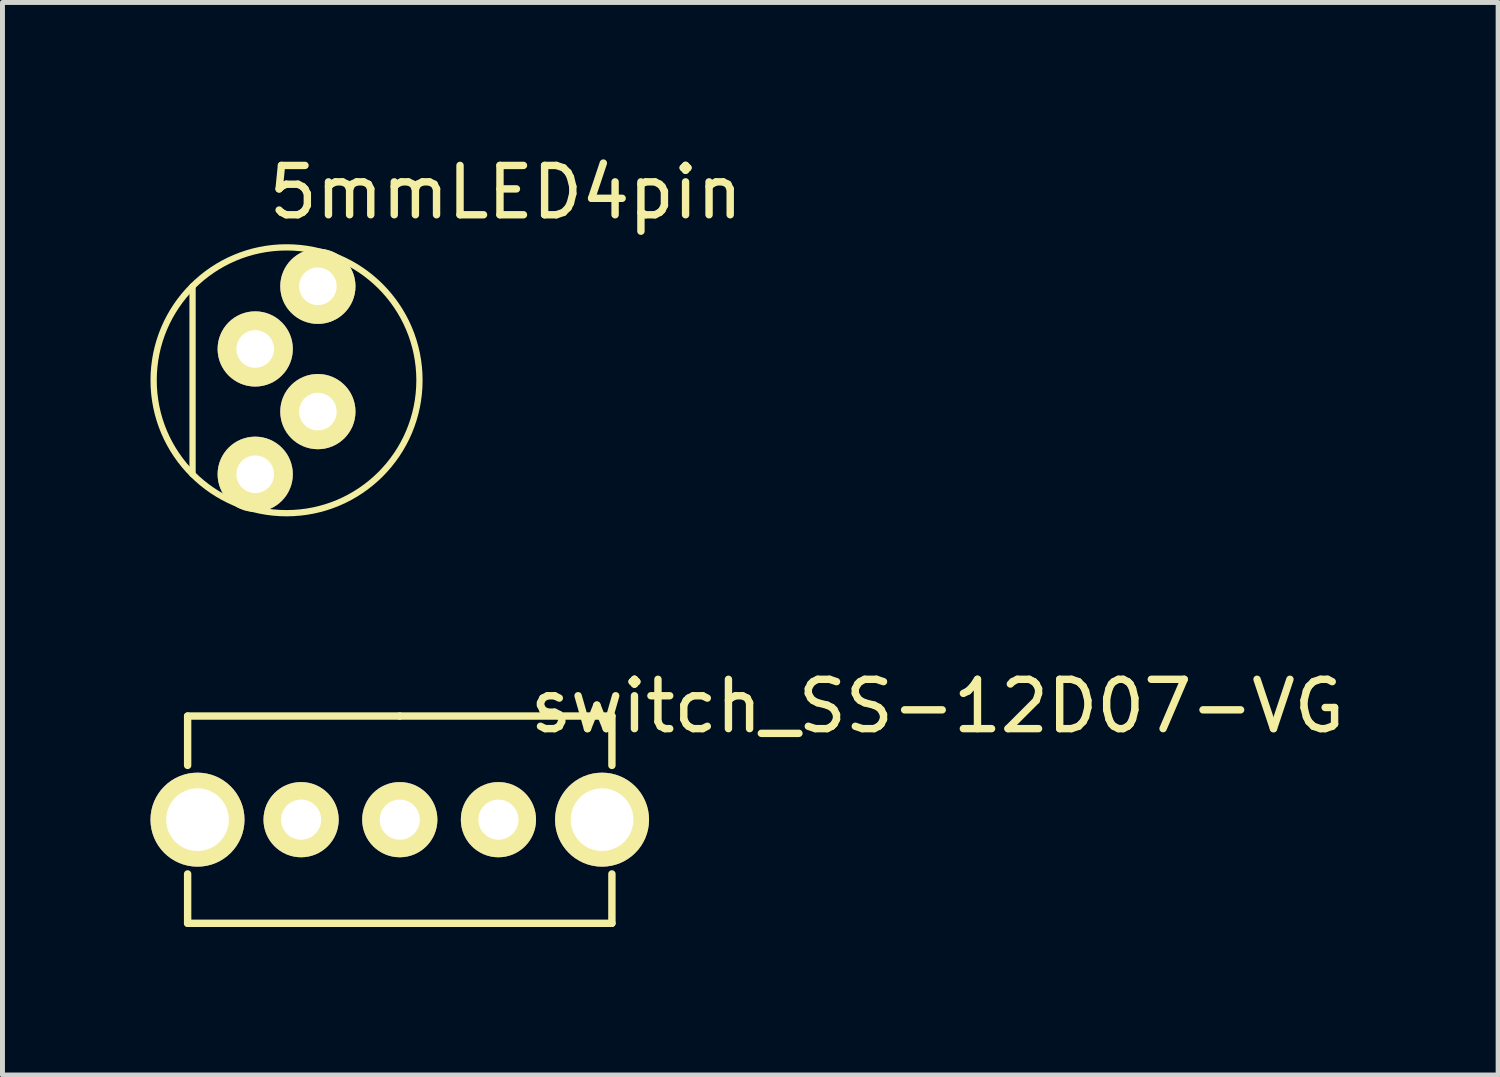
<source format=kicad_pcb>
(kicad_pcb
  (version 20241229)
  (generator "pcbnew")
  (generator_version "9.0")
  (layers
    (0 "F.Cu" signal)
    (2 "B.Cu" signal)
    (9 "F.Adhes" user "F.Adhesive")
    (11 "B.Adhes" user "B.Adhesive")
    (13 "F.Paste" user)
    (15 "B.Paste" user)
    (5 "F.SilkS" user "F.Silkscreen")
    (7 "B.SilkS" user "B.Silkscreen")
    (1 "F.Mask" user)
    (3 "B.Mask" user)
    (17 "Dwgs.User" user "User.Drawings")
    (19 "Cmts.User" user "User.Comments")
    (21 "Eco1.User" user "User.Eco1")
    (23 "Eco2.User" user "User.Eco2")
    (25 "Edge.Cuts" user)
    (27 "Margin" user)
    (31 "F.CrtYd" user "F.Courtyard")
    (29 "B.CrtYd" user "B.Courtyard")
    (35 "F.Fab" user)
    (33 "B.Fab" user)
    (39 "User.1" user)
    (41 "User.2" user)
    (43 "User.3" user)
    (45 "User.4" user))
  (footprint "5mmLED4pin"
    (layer "F.Cu")
    (at 2.123 6.563)
    (property "Reference" "5mmLED4pin" (at 5.08 -5.715 0) (layer "F.SilkS") (effects (font (size 1 1) (thickness 0.15))))
    (attr through_hole)
    (fp_line (start -1.27 0) (end -1.27 -3.81) (stroke (width 0.127) (type solid)) (layer "F.SilkS"))
    (fp_circle (center 0.635 -1.905) (end 2.54 0) (stroke (width 0.127) (type solid)) (fill no) (layer "F.SilkS"))
    (pad "1" thru_hole circle (at 0 0) (size 1.524 1.524) (drill 0.762) (layers "*.Cu" "*.Mask" "F.SilkS"))
    (pad "2" thru_hole circle (at 1.27 -1.27) (size 1.524 1.524) (drill 0.762) (layers "*.Cu" "*.Mask" "F.SilkS"))
    (pad "3" thru_hole circle (at 0 -2.54) (size 1.524 1.524) (drill 0.762) (layers "*.Cu" "*.Mask" "F.SilkS"))
    (pad "4" thru_hole circle (at 1.27 -3.81) (size 1.524 1.524) (drill 0.762) (layers "*.Cu" "*.Mask" "F.SilkS")))
  (footprint "switch_SS-12D07-VG"
    (layer "F.Cu")
    (at 5.053 13.564)
    (property "Reference" "switch_SS-12D07-VG" (at 10.9 -2.3 0) (layer "F.SilkS") (effects (font (size 1 1) (thickness 0.15))))
    (attr through_hole)
    (fp_line (start -4.3 -2.1) (end 0 -2.1) (stroke (width 0.15) (type solid)) (layer "F.SilkS"))
    (fp_line (start -4.3 -1.1) (end -4.3 -2.1) (stroke (width 0.15) (type solid)) (layer "F.SilkS"))
    (fp_line (start -4.3 2.1) (end -4.3 1.1) (stroke (width 0.15) (type solid)) (layer "F.SilkS"))
    (fp_line (start 0 -2.1) (end 4.3 -2.1) (stroke (width 0.15) (type solid)) (layer "F.SilkS"))
    (fp_line (start 4.3 -2.1) (end 4.3 -1.1) (stroke (width 0.15) (type solid)) (layer "F.SilkS"))
    (fp_line (start 4.3 1.1) (end 4.3 2.1) (stroke (width 0.15) (type solid)) (layer "F.SilkS"))
    (fp_line (start 4.3 2.1) (end -4.3 2.1) (stroke (width 0.15) (type solid)) (layer "F.SilkS"))
    (pad "1" thru_hole circle (at -2 0) (size 1.524 1.524) (drill 0.813) (layers "*.Cu" "*.Mask" "F.SilkS"))
    (pad "2" thru_hole circle (at 0 0) (size 1.524 1.524) (drill 0.813) (layers "*.Cu" "*.Mask" "F.SilkS"))
    (pad "3" thru_hole circle (at 2 0) (size 1.524 1.524) (drill 0.813) (layers "*.Cu" "*.Mask" "F.SilkS"))
    (pad "4" thru_hole circle (at 4.1 0) (size 1.905 1.905) (drill 1.27) (layers "*.Cu" "*.Mask" "F.SilkS"))
    (pad "5" thru_hole circle (at -4.1 0) (size 1.905 1.905) (drill 1.27) (layers "*.Cu" "*.Mask" "F.SilkS")))
  (gr_rect
    (start -3 -3)
    (end 27.316 18.739)
    (stroke (width 0.1) (type default))
    (fill no)
    (layer "Edge.Cuts")))
</source>
